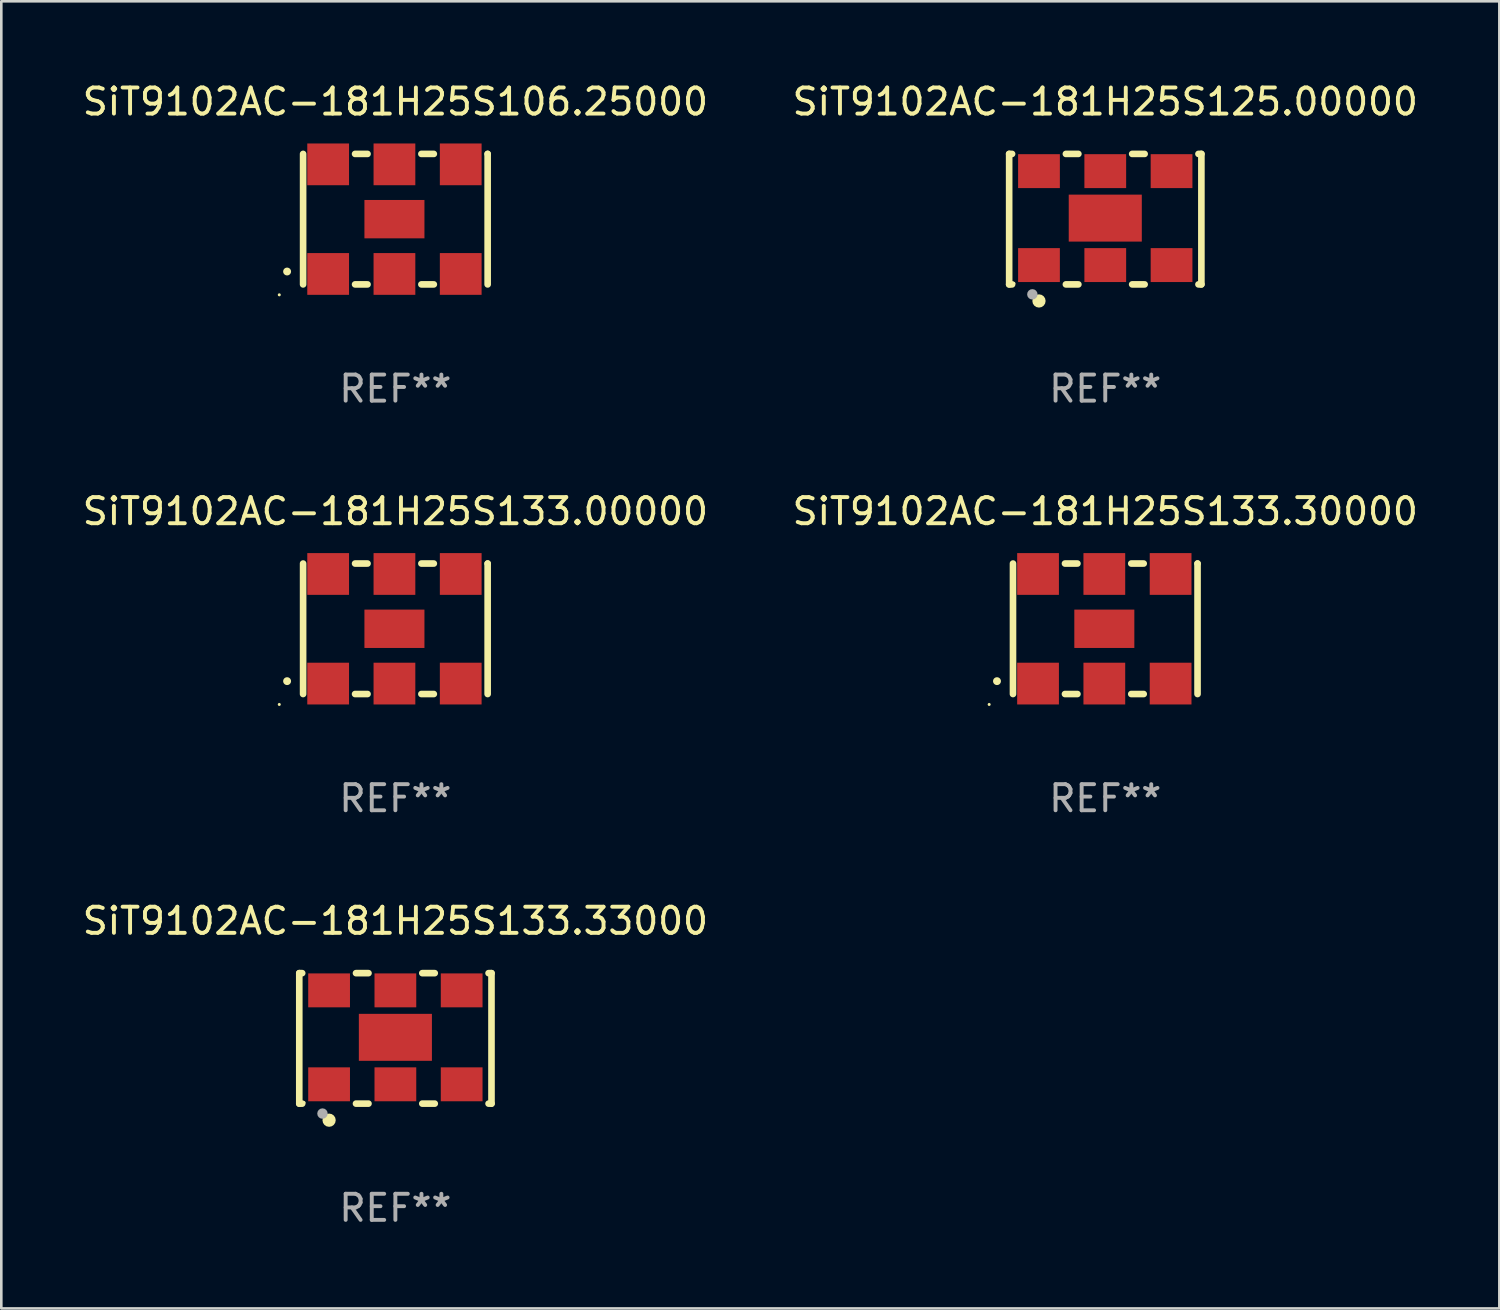
<source format=kicad_pcb>
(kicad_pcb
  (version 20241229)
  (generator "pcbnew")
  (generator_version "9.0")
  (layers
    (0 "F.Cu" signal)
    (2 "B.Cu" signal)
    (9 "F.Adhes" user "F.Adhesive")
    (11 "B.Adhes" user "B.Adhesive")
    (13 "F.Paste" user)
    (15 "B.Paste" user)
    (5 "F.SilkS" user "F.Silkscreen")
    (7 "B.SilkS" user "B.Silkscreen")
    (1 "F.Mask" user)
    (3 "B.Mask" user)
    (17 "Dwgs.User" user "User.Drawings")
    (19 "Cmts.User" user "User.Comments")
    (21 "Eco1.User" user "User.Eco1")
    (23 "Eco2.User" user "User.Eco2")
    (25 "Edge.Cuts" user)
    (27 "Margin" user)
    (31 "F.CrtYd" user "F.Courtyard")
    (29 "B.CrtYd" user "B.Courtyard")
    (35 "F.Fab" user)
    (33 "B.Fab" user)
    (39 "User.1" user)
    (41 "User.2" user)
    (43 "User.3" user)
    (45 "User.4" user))
  (footprint "SiT9102AC-181H25S106.25000"
    (layer "F.Cu")
    (at 12.101 5.348)
    (property "Reference" "SiT9102AC-181H25S106.25000" (at 0 -4.5 0) (layer "F.SilkS") (effects (font (size 1 1) (thickness 0.15))))
    (attr through_hole)
    (fp_line (start -3.536 -2.5) (end -3.536 2.5) (stroke (width 0.254) (type solid)) (layer "F.SilkS"))
    (fp_line (start -1.544 2.5) (end -1.067 2.5) (stroke (width 0.254) (type solid)) (layer "F.SilkS"))
    (fp_line (start -1.067 -2.5) (end -1.544 -2.5) (stroke (width 0.254) (type solid)) (layer "F.SilkS"))
    (fp_line (start 0.996 2.5) (end 1.473 2.5) (stroke (width 0.254) (type solid)) (layer "F.SilkS"))
    (fp_line (start 1.473 -2.5) (end 0.996 -2.5) (stroke (width 0.254) (type solid)) (layer "F.SilkS"))
    (fp_line (start 3.536 -2.5) (end 3.536 -2.5) (stroke (width 0.254) (type solid)) (layer "F.SilkS"))
    (fp_line (start 3.536 2.5) (end 3.536 -2.5) (stroke (width 0.254) (type solid)) (layer "F.SilkS"))
    (fp_arc (start -4.150432 2.006604) (mid -4.149162 2.006599) (end -4.147892 2.006604) (stroke (width 0.3) (type solid)) (layer "F.SilkS"))
    (fp_circle (center -4.449 2.9) (end -4.419 2.9) (stroke (width 0.06) (type solid)) (fill no) (layer "F.SilkS"))
    (fp_text user "REF**" (at 0 6.5 0) (layer "F.Fab") (effects (font (size 1 1) (thickness 0.15))))
    (pad "1" smd rect (at -2.576 2.1) (size 1.6 1.6) (layers "F.Cu" "F.Mask" "F.Paste"))
    (pad "2" smd rect (at -0.036 2.1) (size 1.6 1.6) (layers "F.Cu" "F.Mask" "F.Paste"))
    (pad "3" smd rect (at 2.504 2.1) (size 1.6 1.6) (layers "F.Cu" "F.Mask" "F.Paste"))
    (pad "4" smd rect (at 2.504 -2.1) (size 1.6 1.6) (layers "F.Cu" "F.Mask" "F.Paste"))
    (pad "5" smd rect (at -0.036 -2.1) (size 1.6 1.6) (layers "F.Cu" "F.Mask" "F.Paste"))
    (pad "6" smd rect (at -2.576 -2.1) (size 1.6 1.6) (layers "F.Cu" "F.Mask" "F.Paste"))
    (pad "7" smd rect (at -0.036 0) (size 2.3 1.47) (layers "F.Cu" "F.Mask" "F.Paste")))
  (footprint "SiT9102AC-181H25S133.33000"
    (layer "F.Cu")
    (at 12.101 36.741)
    (property "Reference" "SiT9102AC-181H25S133.33000" (at 0 -4.5 0) (layer "F.SilkS") (effects (font (size 1 1) (thickness 0.15))))
    (attr through_hole)
    (fp_line (start -3.683 -2.5) (end -3.571 -2.5) (stroke (width 0.254) (type solid)) (layer "F.SilkS"))
    (fp_line (start -3.683 2.5) (end -3.683 -2.5) (stroke (width 0.254) (type solid)) (layer "F.SilkS"))
    (fp_line (start -3.683 2.5) (end -3.571 2.5) (stroke (width 0.254) (type solid)) (layer "F.SilkS"))
    (fp_line (start -1.509 -2.5) (end -1.031 -2.5) (stroke (width 0.254) (type solid)) (layer "F.SilkS"))
    (fp_line (start -1.509 2.5) (end -1.031 2.5) (stroke (width 0.254) (type solid)) (layer "F.SilkS"))
    (fp_line (start 1.031 -2.5) (end 1.509 -2.5) (stroke (width 0.254) (type solid)) (layer "F.SilkS"))
    (fp_line (start 1.031 2.5) (end 1.509 2.5) (stroke (width 0.254) (type solid)) (layer "F.SilkS"))
    (fp_line (start 3.571 -2.5) (end 3.683 -2.5) (stroke (width 0.254) (type solid)) (layer "F.SilkS"))
    (fp_line (start 3.571 2.5) (end 3.683 2.5) (stroke (width 0.254) (type solid)) (layer "F.SilkS"))
    (fp_line (start 3.683 2.5) (end 3.683 -2.5) (stroke (width 0.254) (type solid)) (layer "F.SilkS"))
    (fp_circle (center -3.5 2.46) (end -3.47 2.46) (stroke (width 0.06) (type solid)) (fill no) (layer "F.SilkS"))
    (fp_circle (center -2.54 3.135) (end -2.413 3.135) (stroke (width 0.254) (type solid)) (fill no) (layer "F.SilkS"))
    (fp_circle (center -2.794 2.881) (end -2.694 2.881) (stroke (width 0.2) (type solid)) (fill no) (layer "F.Fab"))
    (fp_text user "REF**" (at 0 6.5 0) (layer "F.Fab") (effects (font (size 1 1) (thickness 0.15))))
    (pad "1" smd rect (at -2.54 1.76) (size 1.6 1.3) (layers "F.Cu" "F.Mask" "F.Paste"))
    (pad "2" smd rect (at 0 1.76) (size 1.6 1.3) (layers "F.Cu" "F.Mask" "F.Paste"))
    (pad "3" smd rect (at 2.54 1.76) (size 1.6 1.3) (layers "F.Cu" "F.Mask" "F.Paste"))
    (pad "4" smd rect (at 2.54 -1.84) (size 1.6 1.3) (layers "F.Cu" "F.Mask" "F.Paste"))
    (pad "5" smd rect (at 0 -1.84) (size 1.6 1.3) (layers "F.Cu" "F.Mask" "F.Paste"))
    (pad "6" smd rect (at -2.54 -1.84) (size 1.6 1.3) (layers "F.Cu" "F.Mask" "F.Paste"))
    (pad "7" smd rect (at 0 -0.04) (size 2.8 1.8) (layers "F.Cu" "F.Mask" "F.Paste")))
  (footprint "SiT9102AC-181H25S133.30000"
    (layer "F.Cu")
    (at 39.304 21.045)
    (property "Reference" "SiT9102AC-181H25S133.30000" (at 0 -4.5 0) (layer "F.SilkS") (effects (font (size 1 1) (thickness 0.15))))
    (attr through_hole)
    (fp_line (start -3.536 -2.5) (end -3.536 2.5) (stroke (width 0.254) (type solid)) (layer "F.SilkS"))
    (fp_line (start -1.544 2.5) (end -1.067 2.5) (stroke (width 0.254) (type solid)) (layer "F.SilkS"))
    (fp_line (start -1.067 -2.5) (end -1.544 -2.5) (stroke (width 0.254) (type solid)) (layer "F.SilkS"))
    (fp_line (start 0.996 2.5) (end 1.473 2.5) (stroke (width 0.254) (type solid)) (layer "F.SilkS"))
    (fp_line (start 1.473 -2.5) (end 0.996 -2.5) (stroke (width 0.254) (type solid)) (layer "F.SilkS"))
    (fp_line (start 3.536 -2.5) (end 3.536 -2.5) (stroke (width 0.254) (type solid)) (layer "F.SilkS"))
    (fp_line (start 3.536 2.5) (end 3.536 -2.5) (stroke (width 0.254) (type solid)) (layer "F.SilkS"))
    (fp_arc (start -4.150432 2.006604) (mid -4.149162 2.006599) (end -4.147892 2.006604) (stroke (width 0.3) (type solid)) (layer "F.SilkS"))
    (fp_circle (center -4.449 2.9) (end -4.419 2.9) (stroke (width 0.06) (type solid)) (fill no) (layer "F.SilkS"))
    (fp_text user "REF**" (at 0 6.5 0) (layer "F.Fab") (effects (font (size 1 1) (thickness 0.15))))
    (pad "1" smd rect (at -2.576 2.1) (size 1.6 1.6) (layers "F.Cu" "F.Mask" "F.Paste"))
    (pad "2" smd rect (at -0.036 2.1) (size 1.6 1.6) (layers "F.Cu" "F.Mask" "F.Paste"))
    (pad "3" smd rect (at 2.504 2.1) (size 1.6 1.6) (layers "F.Cu" "F.Mask" "F.Paste"))
    (pad "4" smd rect (at 2.504 -2.1) (size 1.6 1.6) (layers "F.Cu" "F.Mask" "F.Paste"))
    (pad "5" smd rect (at -0.036 -2.1) (size 1.6 1.6) (layers "F.Cu" "F.Mask" "F.Paste"))
    (pad "6" smd rect (at -2.576 -2.1) (size 1.6 1.6) (layers "F.Cu" "F.Mask" "F.Paste"))
    (pad "7" smd rect (at -0.036 0) (size 2.3 1.47) (layers "F.Cu" "F.Mask" "F.Paste")))
  (footprint "SiT9102AC-181H25S133.00000"
    (layer "F.Cu")
    (at 12.101 21.045)
    (property "Reference" "SiT9102AC-181H25S133.00000" (at 0 -4.5 0) (layer "F.SilkS") (effects (font (size 1 1) (thickness 0.15))))
    (attr through_hole)
    (fp_line (start -3.536 -2.5) (end -3.536 2.5) (stroke (width 0.254) (type solid)) (layer "F.SilkS"))
    (fp_line (start -1.544 2.5) (end -1.067 2.5) (stroke (width 0.254) (type solid)) (layer "F.SilkS"))
    (fp_line (start -1.067 -2.5) (end -1.544 -2.5) (stroke (width 0.254) (type solid)) (layer "F.SilkS"))
    (fp_line (start 0.996 2.5) (end 1.473 2.5) (stroke (width 0.254) (type solid)) (layer "F.SilkS"))
    (fp_line (start 1.473 -2.5) (end 0.996 -2.5) (stroke (width 0.254) (type solid)) (layer "F.SilkS"))
    (fp_line (start 3.536 -2.5) (end 3.536 -2.5) (stroke (width 0.254) (type solid)) (layer "F.SilkS"))
    (fp_line (start 3.536 2.5) (end 3.536 -2.5) (stroke (width 0.254) (type solid)) (layer "F.SilkS"))
    (fp_arc (start -4.150432 2.006604) (mid -4.149162 2.006599) (end -4.147892 2.006604) (stroke (width 0.3) (type solid)) (layer "F.SilkS"))
    (fp_circle (center -4.449 2.9) (end -4.419 2.9) (stroke (width 0.06) (type solid)) (fill no) (layer "F.SilkS"))
    (fp_text user "REF**" (at 0 6.5 0) (layer "F.Fab") (effects (font (size 1 1) (thickness 0.15))))
    (pad "1" smd rect (at -2.576 2.1) (size 1.6 1.6) (layers "F.Cu" "F.Mask" "F.Paste"))
    (pad "2" smd rect (at -0.036 2.1) (size 1.6 1.6) (layers "F.Cu" "F.Mask" "F.Paste"))
    (pad "3" smd rect (at 2.504 2.1) (size 1.6 1.6) (layers "F.Cu" "F.Mask" "F.Paste"))
    (pad "4" smd rect (at 2.504 -2.1) (size 1.6 1.6) (layers "F.Cu" "F.Mask" "F.Paste"))
    (pad "5" smd rect (at -0.036 -2.1) (size 1.6 1.6) (layers "F.Cu" "F.Mask" "F.Paste"))
    (pad "6" smd rect (at -2.576 -2.1) (size 1.6 1.6) (layers "F.Cu" "F.Mask" "F.Paste"))
    (pad "7" smd rect (at -0.036 0) (size 2.3 1.47) (layers "F.Cu" "F.Mask" "F.Paste")))
  (footprint "SiT9102AC-181H25S125.00000"
    (layer "F.Cu")
    (at 39.304 5.348)
    (property "Reference" "SiT9102AC-181H25S125.00000" (at 0 -4.5 0) (layer "F.SilkS") (effects (font (size 1 1) (thickness 0.15))))
    (attr through_hole)
    (fp_line (start -3.683 -2.5) (end -3.571 -2.5) (stroke (width 0.254) (type solid)) (layer "F.SilkS"))
    (fp_line (start -3.683 2.5) (end -3.683 -2.5) (stroke (width 0.254) (type solid)) (layer "F.SilkS"))
    (fp_line (start -3.683 2.5) (end -3.571 2.5) (stroke (width 0.254) (type solid)) (layer "F.SilkS"))
    (fp_line (start -1.509 -2.5) (end -1.031 -2.5) (stroke (width 0.254) (type solid)) (layer "F.SilkS"))
    (fp_line (start -1.509 2.5) (end -1.031 2.5) (stroke (width 0.254) (type solid)) (layer "F.SilkS"))
    (fp_line (start 1.031 -2.5) (end 1.509 -2.5) (stroke (width 0.254) (type solid)) (layer "F.SilkS"))
    (fp_line (start 1.031 2.5) (end 1.509 2.5) (stroke (width 0.254) (type solid)) (layer "F.SilkS"))
    (fp_line (start 3.571 -2.5) (end 3.683 -2.5) (stroke (width 0.254) (type solid)) (layer "F.SilkS"))
    (fp_line (start 3.571 2.5) (end 3.683 2.5) (stroke (width 0.254) (type solid)) (layer "F.SilkS"))
    (fp_line (start 3.683 2.5) (end 3.683 -2.5) (stroke (width 0.254) (type solid)) (layer "F.SilkS"))
    (fp_circle (center -3.5 2.46) (end -3.47 2.46) (stroke (width 0.06) (type solid)) (fill no) (layer "F.SilkS"))
    (fp_circle (center -2.54 3.135) (end -2.413 3.135) (stroke (width 0.254) (type solid)) (fill no) (layer "F.SilkS"))
    (fp_circle (center -2.794 2.881) (end -2.694 2.881) (stroke (width 0.2) (type solid)) (fill no) (layer "F.Fab"))
    (fp_text user "REF**" (at 0 6.5 0) (layer "F.Fab") (effects (font (size 1 1) (thickness 0.15))))
    (pad "1" smd rect (at -2.54 1.76) (size 1.6 1.3) (layers "F.Cu" "F.Mask" "F.Paste"))
    (pad "2" smd rect (at 0 1.76) (size 1.6 1.3) (layers "F.Cu" "F.Mask" "F.Paste"))
    (pad "3" smd rect (at 2.54 1.76) (size 1.6 1.3) (layers "F.Cu" "F.Mask" "F.Paste"))
    (pad "4" smd rect (at 2.54 -1.84) (size 1.6 1.3) (layers "F.Cu" "F.Mask" "F.Paste"))
    (pad "5" smd rect (at 0 -1.84) (size 1.6 1.3) (layers "F.Cu" "F.Mask" "F.Paste"))
    (pad "6" smd rect (at -2.54 -1.84) (size 1.6 1.3) (layers "F.Cu" "F.Mask" "F.Paste"))
    (pad "7" smd rect (at 0 -0.04) (size 2.8 1.8) (layers "F.Cu" "F.Mask" "F.Paste")))
  (gr_rect
    (start -3 -3)
    (end 54.405 47.09)
    (stroke (width 0.1) (type default))
    (fill no)
    (layer "Edge.Cuts")))
</source>
